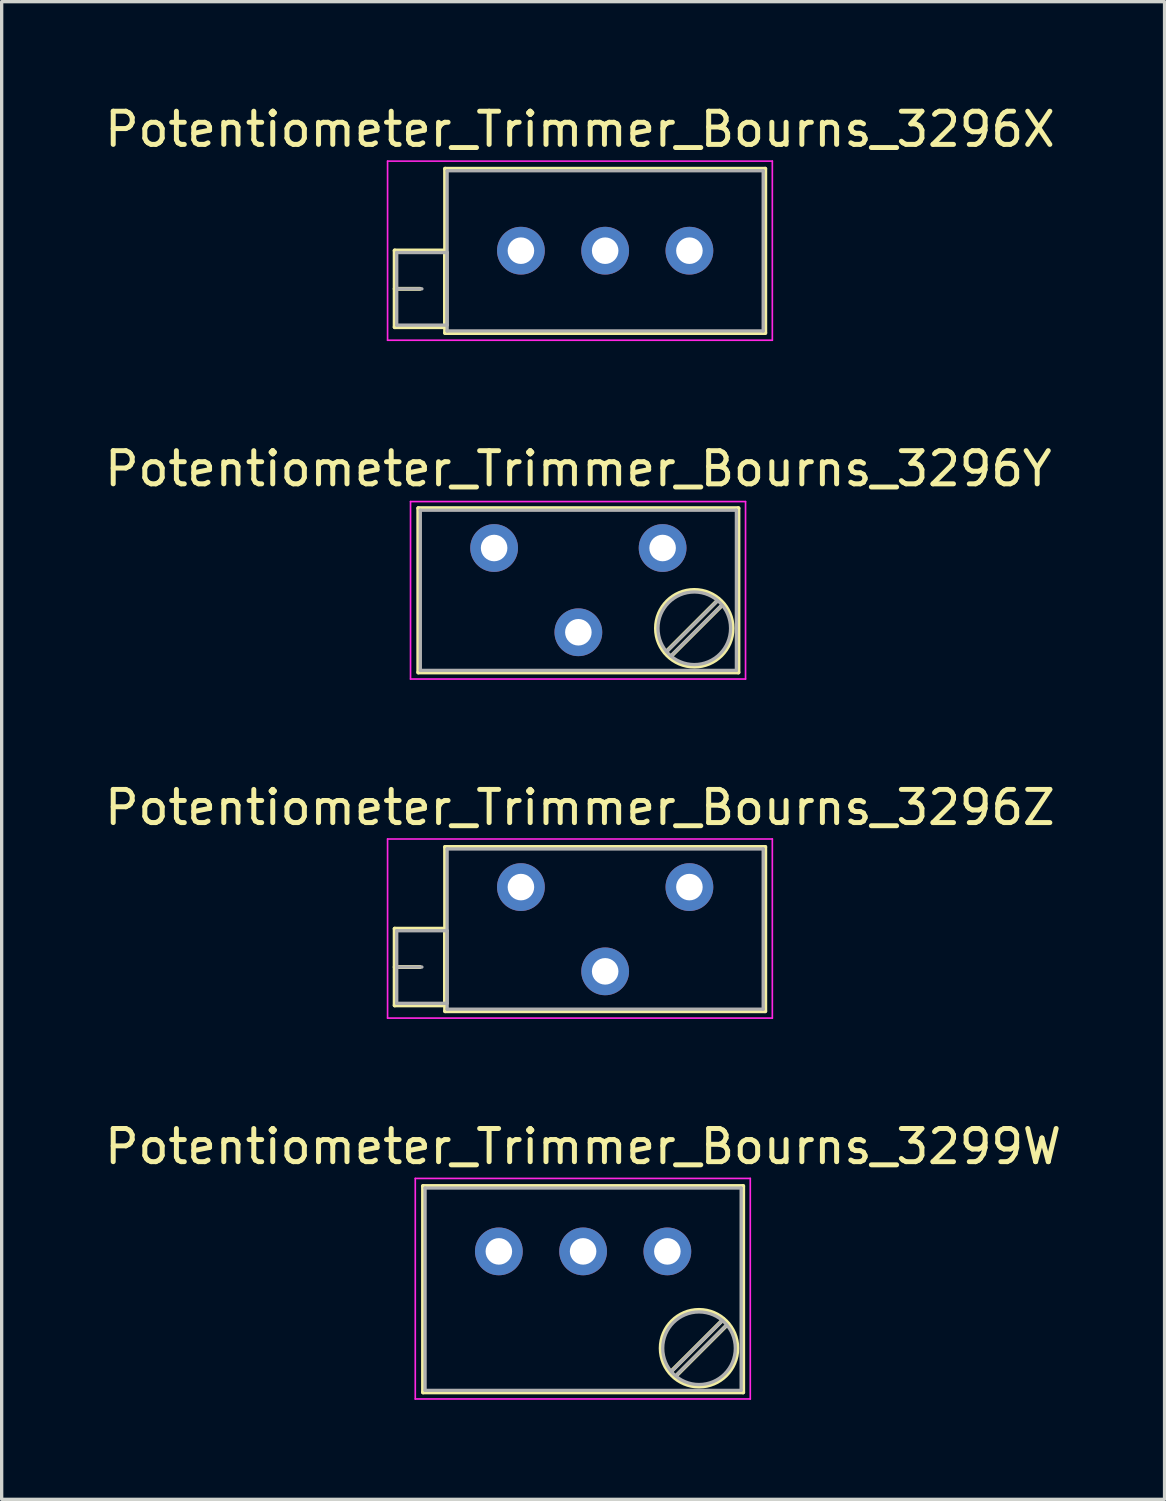
<source format=kicad_pcb>
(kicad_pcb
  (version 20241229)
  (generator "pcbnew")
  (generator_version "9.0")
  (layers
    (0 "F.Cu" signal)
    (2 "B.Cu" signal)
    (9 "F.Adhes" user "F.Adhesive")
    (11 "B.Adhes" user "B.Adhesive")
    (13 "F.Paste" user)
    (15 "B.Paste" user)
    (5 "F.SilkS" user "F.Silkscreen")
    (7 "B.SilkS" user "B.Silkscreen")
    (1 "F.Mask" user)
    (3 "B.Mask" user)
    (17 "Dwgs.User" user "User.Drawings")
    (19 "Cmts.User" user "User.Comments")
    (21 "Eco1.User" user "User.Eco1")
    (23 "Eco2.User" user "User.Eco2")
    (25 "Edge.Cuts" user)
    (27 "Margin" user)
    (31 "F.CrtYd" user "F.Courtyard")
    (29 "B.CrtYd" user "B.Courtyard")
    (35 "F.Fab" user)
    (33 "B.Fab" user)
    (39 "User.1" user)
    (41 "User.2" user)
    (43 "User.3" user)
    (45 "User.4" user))
  (footprint "Potentiometer_Trimmer_Bourns_3296X"
    (layer "F.Cu")
    (at 17.735 4.508)
    (property "Reference" "Potentiometer_Trimmer_Bourns_3296X" (at -3.3 -3.66 0) (layer "F.SilkS") (effects (font (size 1 1) (thickness 0.15))))
    (attr through_hole)
    (fp_line (start -8.885 -0.005) (end -8.885 2.305) (stroke (width 0.12) (type solid)) (layer "F.SilkS"))
    (fp_line (start -8.885 -0.005) (end -7.366 -0.005) (stroke (width 0.12) (type solid)) (layer "F.SilkS"))
    (fp_line (start -8.885 1.15) (end -8.125 1.15) (stroke (width 0.12) (type solid)) (layer "F.SilkS"))
    (fp_line (start -8.885 2.305) (end -7.366 2.305) (stroke (width 0.12) (type solid)) (layer "F.SilkS"))
    (fp_line (start -7.366 -0.005) (end -7.366 2.305) (stroke (width 0.12) (type solid)) (layer "F.SilkS"))
    (fp_line (start -7.365 -2.47) (end -7.365 2.481) (stroke (width 0.12) (type solid)) (layer "F.SilkS"))
    (fp_line (start -7.365 -2.47) (end 2.285 -2.47) (stroke (width 0.12) (type solid)) (layer "F.SilkS"))
    (fp_line (start -7.365 2.481) (end 2.285 2.481) (stroke (width 0.12) (type solid)) (layer "F.SilkS"))
    (fp_line (start 2.285 -2.47) (end 2.285 2.481) (stroke (width 0.12) (type solid)) (layer "F.SilkS"))
    (fp_line (start -9.1 -2.7) (end -9.1 2.7) (stroke (width 0.05) (type solid)) (layer "F.CrtYd"))
    (fp_line (start -9.1 2.7) (end 2.5 2.7) (stroke (width 0.05) (type solid)) (layer "F.CrtYd"))
    (fp_line (start 2.5 -2.7) (end -9.1 -2.7) (stroke (width 0.05) (type solid)) (layer "F.CrtYd"))
    (fp_line (start 2.5 2.7) (end 2.5 -2.7) (stroke (width 0.05) (type solid)) (layer "F.CrtYd"))
    (fp_line (start -8.825 0.055) (end -8.825 2.245) (stroke (width 0.1) (type solid)) (layer "F.Fab"))
    (fp_line (start -8.825 1.15) (end -8.065 1.15) (stroke (width 0.1) (type solid)) (layer "F.Fab"))
    (fp_line (start -8.825 2.245) (end -7.305 2.245) (stroke (width 0.1) (type solid)) (layer "F.Fab"))
    (fp_line (start -7.305 -2.41) (end -7.305 2.42) (stroke (width 0.1) (type solid)) (layer "F.Fab"))
    (fp_line (start -7.305 0.055) (end -8.825 0.055) (stroke (width 0.1) (type solid)) (layer "F.Fab"))
    (fp_line (start -7.305 2.245) (end -7.305 0.055) (stroke (width 0.1) (type solid)) (layer "F.Fab"))
    (fp_line (start -7.305 2.42) (end 2.225 2.42) (stroke (width 0.1) (type solid)) (layer "F.Fab"))
    (fp_line (start 2.225 -2.41) (end -7.305 -2.41) (stroke (width 0.1) (type solid)) (layer "F.Fab"))
    (fp_line (start 2.225 2.42) (end 2.225 -2.41) (stroke (width 0.1) (type solid)) (layer "F.Fab"))
    (pad "1" thru_hole circle (at 0 0) (size 1.44 1.44) (drill 0.8) (layers "*.Cu" "*.Mask"))
    (pad "2" thru_hole circle (at -2.54 0) (size 1.44 1.44) (drill 0.8) (layers "*.Cu" "*.Mask"))
    (pad "3" thru_hole circle (at -5.08 0) (size 1.44 1.44) (drill 0.8) (layers "*.Cu" "*.Mask")))
  (footprint "Potentiometer_Trimmer_Bourns_3296Y"
    (layer "F.Cu")
    (at 16.927 13.472)
    (property "Reference" "Potentiometer_Trimmer_Bourns_3296Y" (at -2.54 -2.39 0) (layer "F.SilkS") (effects (font (size 1 1) (thickness 0.15))))
    (attr through_hole)
    (fp_line (start -7.365 -1.2) (end -7.365 3.751) (stroke (width 0.12) (type solid)) (layer "F.SilkS"))
    (fp_line (start -7.365 -1.2) (end 2.285 -1.2) (stroke (width 0.12) (type solid)) (layer "F.SilkS"))
    (fp_line (start -7.365 3.751) (end 2.285 3.751) (stroke (width 0.12) (type solid)) (layer "F.SilkS"))
    (fp_line (start 1.691 1.545) (end 0.079 3.155) (stroke (width 0.12) (type solid)) (layer "F.SilkS"))
    (fp_line (start 1.831 1.686) (end 0.22 3.296) (stroke (width 0.12) (type solid)) (layer "F.SilkS"))
    (fp_line (start 2.285 -1.2) (end 2.285 3.751) (stroke (width 0.12) (type solid)) (layer "F.SilkS"))
    (fp_circle (center 0.955 2.42) (end 2.11 2.42) (stroke (width 0.12) (type solid)) (fill no) (layer "F.SilkS"))
    (fp_line (start -7.6 -1.4) (end -7.6 3.95) (stroke (width 0.05) (type solid)) (layer "F.CrtYd"))
    (fp_line (start -7.6 3.95) (end 2.5 3.95) (stroke (width 0.05) (type solid)) (layer "F.CrtYd"))
    (fp_line (start 2.5 -1.4) (end -7.6 -1.4) (stroke (width 0.05) (type solid)) (layer "F.CrtYd"))
    (fp_line (start 2.5 3.95) (end 2.5 -1.4) (stroke (width 0.05) (type solid)) (layer "F.CrtYd"))
    (fp_line (start -7.305 -1.14) (end -7.305 3.69) (stroke (width 0.1) (type solid)) (layer "F.Fab"))
    (fp_line (start -7.305 3.69) (end 2.225 3.69) (stroke (width 0.1) (type solid)) (layer "F.Fab"))
    (fp_line (start 1.652 1.59) (end 0.125 3.117) (stroke (width 0.1) (type solid)) (layer "F.Fab"))
    (fp_line (start 1.786 1.724) (end 0.259 3.251) (stroke (width 0.1) (type solid)) (layer "F.Fab"))
    (fp_line (start 2.225 -1.14) (end -7.305 -1.14) (stroke (width 0.1) (type solid)) (layer "F.Fab"))
    (fp_line (start 2.225 3.69) (end 2.225 -1.14) (stroke (width 0.1) (type solid)) (layer "F.Fab"))
    (fp_circle (center 0.955 2.42) (end 2.05 2.42) (stroke (width 0.1) (type solid)) (fill no) (layer "F.Fab"))
    (pad "1" thru_hole circle (at 0 0) (size 1.44 1.44) (drill 0.8) (layers "*.Cu" "*.Mask"))
    (pad "2" thru_hole circle (at -2.54 2.54) (size 1.44 1.44) (drill 0.8) (layers "*.Cu" "*.Mask"))
    (pad "3" thru_hole circle (at -5.08 0) (size 1.44 1.44) (drill 0.8) (layers "*.Cu" "*.Mask")))
  (footprint "Potentiometer_Trimmer_Bourns_3299W"
    (layer "F.Cu")
    (at 17.07 34.678)
    (property "Reference" "Potentiometer_Trimmer_Bourns_3299W" (at -2.54 -3.16 0) (layer "F.SilkS") (effects (font (size 1 1) (thickness 0.15))))
    (attr through_hole)
    (fp_line (start -7.365 -1.97) (end -7.365 4.25) (stroke (width 0.12) (type solid)) (layer "F.SilkS"))
    (fp_line (start -7.365 -1.97) (end 2.285 -1.97) (stroke (width 0.12) (type solid)) (layer "F.SilkS"))
    (fp_line (start -7.365 4.25) (end 2.285 4.25) (stroke (width 0.12) (type solid)) (layer "F.SilkS"))
    (fp_line (start 1.691 2.045) (end 0.079 3.655) (stroke (width 0.12) (type solid)) (layer "F.SilkS"))
    (fp_line (start 1.831 2.186) (end 0.22 3.796) (stroke (width 0.12) (type solid)) (layer "F.SilkS"))
    (fp_line (start 2.285 -1.97) (end 2.285 4.25) (stroke (width 0.12) (type solid)) (layer "F.SilkS"))
    (fp_circle (center 0.955 2.92) (end 2.11 2.92) (stroke (width 0.12) (type solid)) (fill no) (layer "F.SilkS"))
    (fp_line (start -7.6 -2.2) (end -7.6 4.45) (stroke (width 0.05) (type solid)) (layer "F.CrtYd"))
    (fp_line (start -7.6 4.45) (end 2.5 4.45) (stroke (width 0.05) (type solid)) (layer "F.CrtYd"))
    (fp_line (start 2.5 -2.2) (end -7.6 -2.2) (stroke (width 0.05) (type solid)) (layer "F.CrtYd"))
    (fp_line (start 2.5 4.45) (end 2.5 -2.2) (stroke (width 0.05) (type solid)) (layer "F.CrtYd"))
    (fp_line (start -7.305 -1.91) (end -7.305 4.19) (stroke (width 0.1) (type solid)) (layer "F.Fab"))
    (fp_line (start -7.305 4.19) (end 2.225 4.19) (stroke (width 0.1) (type solid)) (layer "F.Fab"))
    (fp_line (start 1.652 2.09) (end 0.125 3.617) (stroke (width 0.1) (type solid)) (layer "F.Fab"))
    (fp_line (start 1.786 2.224) (end 0.259 3.751) (stroke (width 0.1) (type solid)) (layer "F.Fab"))
    (fp_line (start 2.225 -1.91) (end -7.305 -1.91) (stroke (width 0.1) (type solid)) (layer "F.Fab"))
    (fp_line (start 2.225 4.19) (end 2.225 -1.91) (stroke (width 0.1) (type solid)) (layer "F.Fab"))
    (fp_circle (center 0.955 2.92) (end 2.05 2.92) (stroke (width 0.1) (type solid)) (fill no) (layer "F.Fab"))
    (pad "1" thru_hole circle (at 0 0) (size 1.44 1.44) (drill 0.8) (layers "*.Cu" "*.Mask"))
    (pad "2" thru_hole circle (at -2.54 0) (size 1.44 1.44) (drill 0.8) (layers "*.Cu" "*.Mask"))
    (pad "3" thru_hole circle (at -5.08 0) (size 1.44 1.44) (drill 0.8) (layers "*.Cu" "*.Mask")))
  (footprint "Potentiometer_Trimmer_Bourns_3296Z"
    (layer "F.Cu")
    (at 17.735 23.695)
    (property "Reference" "Potentiometer_Trimmer_Bourns_3296Z" (at -3.3 -2.4 0) (layer "F.SilkS") (effects (font (size 1 1) (thickness 0.15))))
    (attr through_hole)
    (fp_line (start -8.885 1.255) (end -8.885 3.565) (stroke (width 0.12) (type solid)) (layer "F.SilkS"))
    (fp_line (start -8.885 1.255) (end -7.366 1.255) (stroke (width 0.12) (type solid)) (layer "F.SilkS"))
    (fp_line (start -8.885 2.41) (end -8.125 2.41) (stroke (width 0.12) (type solid)) (layer "F.SilkS"))
    (fp_line (start -8.885 3.565) (end -7.366 3.565) (stroke (width 0.12) (type solid)) (layer "F.SilkS"))
    (fp_line (start -7.366 1.255) (end -7.366 3.565) (stroke (width 0.12) (type solid)) (layer "F.SilkS"))
    (fp_line (start -7.365 -1.21) (end -7.365 3.741) (stroke (width 0.12) (type solid)) (layer "F.SilkS"))
    (fp_line (start -7.365 -1.21) (end 2.285 -1.21) (stroke (width 0.12) (type solid)) (layer "F.SilkS"))
    (fp_line (start -7.365 3.741) (end 2.285 3.741) (stroke (width 0.12) (type solid)) (layer "F.SilkS"))
    (fp_line (start 2.285 -1.21) (end 2.285 3.741) (stroke (width 0.12) (type solid)) (layer "F.SilkS"))
    (fp_line (start -9.1 -1.45) (end -9.1 3.95) (stroke (width 0.05) (type solid)) (layer "F.CrtYd"))
    (fp_line (start -9.1 3.95) (end 2.5 3.95) (stroke (width 0.05) (type solid)) (layer "F.CrtYd"))
    (fp_line (start 2.5 -1.45) (end -9.1 -1.45) (stroke (width 0.05) (type solid)) (layer "F.CrtYd"))
    (fp_line (start 2.5 3.95) (end 2.5 -1.45) (stroke (width 0.05) (type solid)) (layer "F.CrtYd"))
    (fp_line (start -8.825 1.315) (end -8.825 3.505) (stroke (width 0.1) (type solid)) (layer "F.Fab"))
    (fp_line (start -8.825 2.41) (end -8.065 2.41) (stroke (width 0.1) (type solid)) (layer "F.Fab"))
    (fp_line (start -8.825 3.505) (end -7.305 3.505) (stroke (width 0.1) (type solid)) (layer "F.Fab"))
    (fp_line (start -7.305 -1.15) (end -7.305 3.68) (stroke (width 0.1) (type solid)) (layer "F.Fab"))
    (fp_line (start -7.305 1.315) (end -8.825 1.315) (stroke (width 0.1) (type solid)) (layer "F.Fab"))
    (fp_line (start -7.305 3.505) (end -7.305 1.315) (stroke (width 0.1) (type solid)) (layer "F.Fab"))
    (fp_line (start -7.305 3.68) (end 2.225 3.68) (stroke (width 0.1) (type solid)) (layer "F.Fab"))
    (fp_line (start 2.225 -1.15) (end -7.305 -1.15) (stroke (width 0.1) (type solid)) (layer "F.Fab"))
    (fp_line (start 2.225 3.68) (end 2.225 -1.15) (stroke (width 0.1) (type solid)) (layer "F.Fab"))
    (pad "1" thru_hole circle (at 0 0) (size 1.44 1.44) (drill 0.8) (layers "*.Cu" "*.Mask"))
    (pad "2" thru_hole circle (at -2.54 2.54) (size 1.44 1.44) (drill 0.8) (layers "*.Cu" "*.Mask"))
    (pad "3" thru_hole circle (at -5.08 0) (size 1.44 1.44) (drill 0.8) (layers "*.Cu" "*.Mask")))
  (gr_rect
    (start -3 -3)
    (end 32.06 42.153)
    (stroke (width 0.1) (type default))
    (fill no)
    (layer "Edge.Cuts")))
</source>
